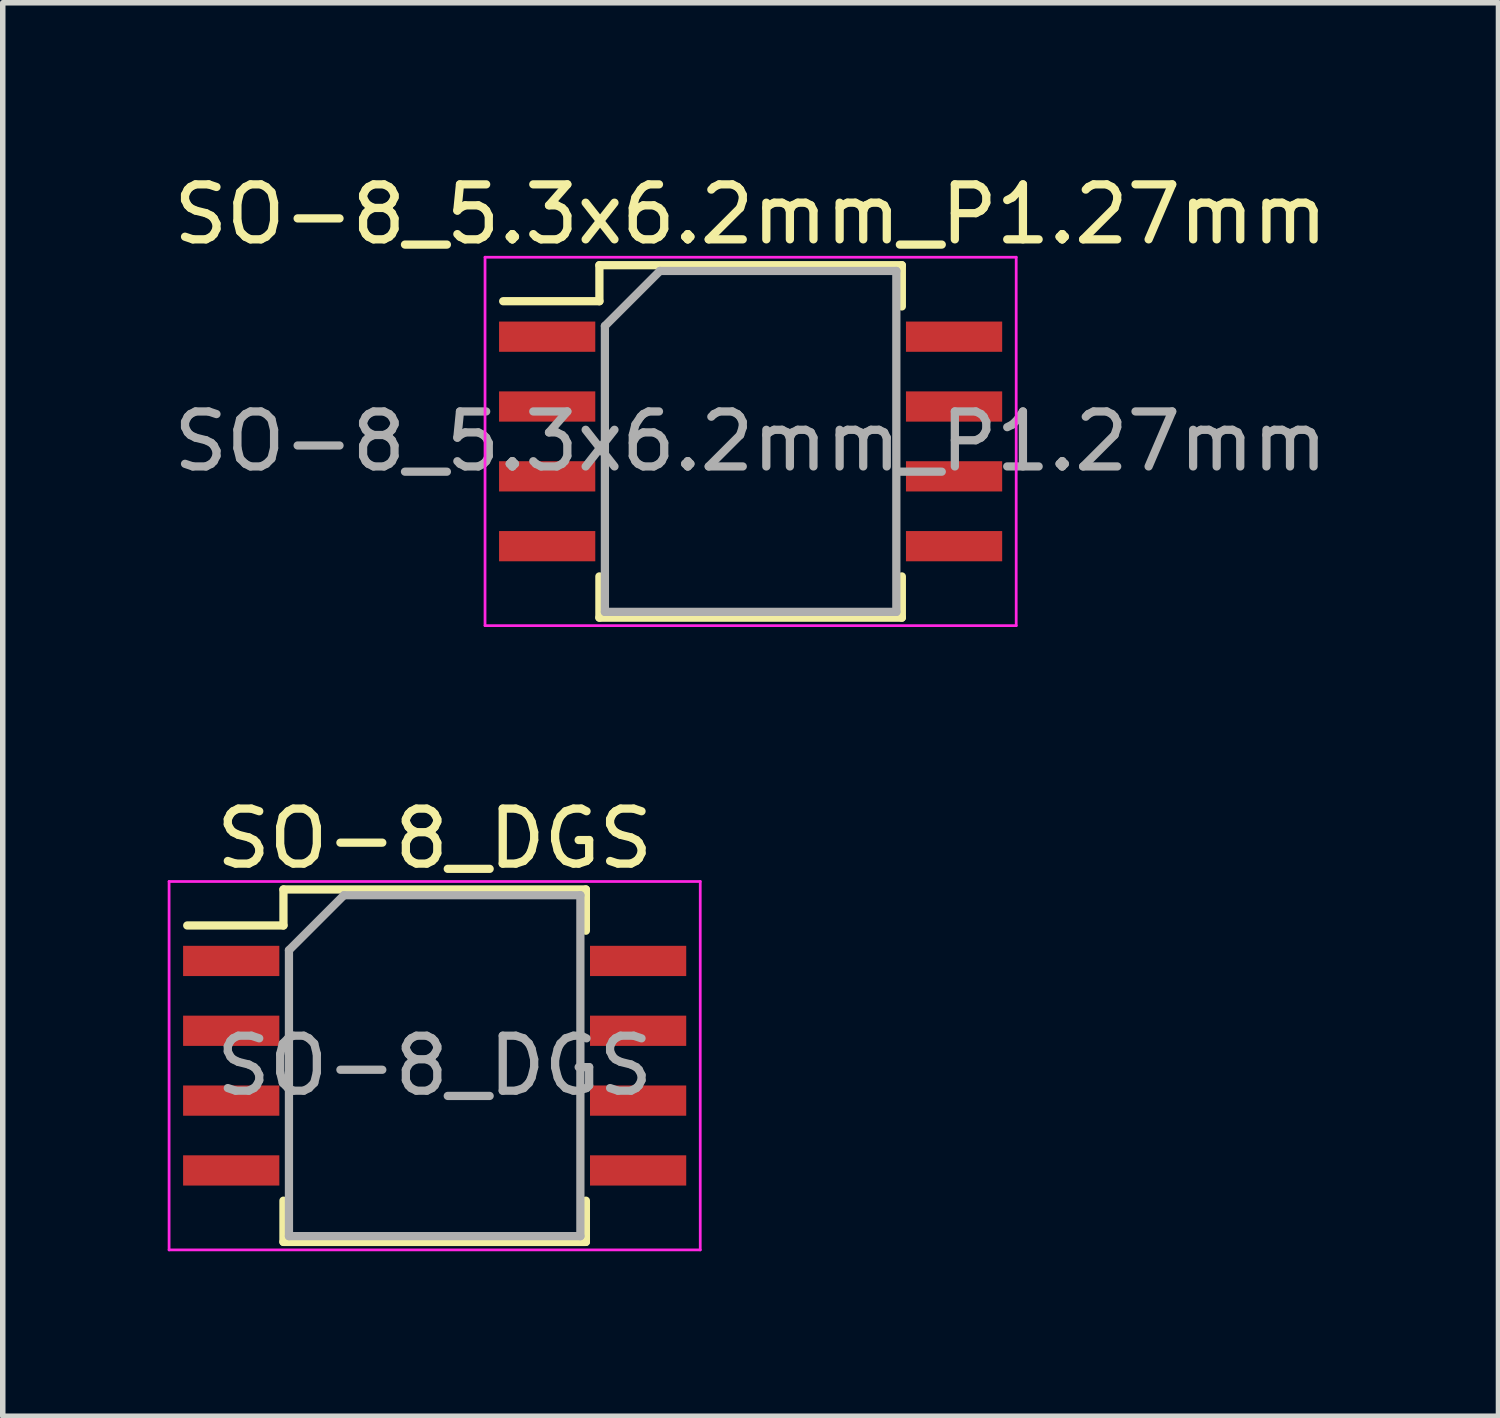
<source format=kicad_pcb>
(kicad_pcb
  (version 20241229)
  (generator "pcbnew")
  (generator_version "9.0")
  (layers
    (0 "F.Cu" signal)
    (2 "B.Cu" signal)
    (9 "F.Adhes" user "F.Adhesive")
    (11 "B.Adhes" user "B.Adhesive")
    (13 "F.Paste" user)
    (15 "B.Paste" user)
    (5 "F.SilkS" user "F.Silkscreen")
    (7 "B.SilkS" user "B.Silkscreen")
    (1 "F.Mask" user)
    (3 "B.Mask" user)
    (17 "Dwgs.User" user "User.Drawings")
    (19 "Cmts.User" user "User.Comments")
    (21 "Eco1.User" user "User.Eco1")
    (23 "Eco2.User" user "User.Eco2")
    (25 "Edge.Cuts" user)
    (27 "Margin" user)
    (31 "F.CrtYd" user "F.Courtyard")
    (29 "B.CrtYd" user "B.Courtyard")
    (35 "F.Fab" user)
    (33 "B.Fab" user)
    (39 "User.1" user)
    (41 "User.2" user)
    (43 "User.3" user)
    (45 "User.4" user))
  (footprint "SO-8_5.3x6.2mm_P1.27mm"
    (layer "F.Cu")
    (at 10.601 4.978)
    (property "Reference" "SO-8_5.3x6.2mm_P1.27mm" (at 0 -4.13 0) (layer "F.SilkS") (effects (font (size 1 1) (thickness 0.15))))
    (attr smd)
    (fp_line (start -2.75 -3.205) (end -2.75 -2.55) (stroke (width 0.15) (type solid)) (layer "F.SilkS"))
    (fp_line (start -2.75 -3.205) (end 2.75 -3.205) (stroke (width 0.15) (type solid)) (layer "F.SilkS"))
    (fp_line (start -2.75 -2.55) (end -4.5 -2.55) (stroke (width 0.15) (type solid)) (layer "F.SilkS"))
    (fp_line (start -2.75 3.205) (end -2.75 2.455) (stroke (width 0.15) (type solid)) (layer "F.SilkS"))
    (fp_line (start -2.75 3.205) (end 2.75 3.205) (stroke (width 0.15) (type solid)) (layer "F.SilkS"))
    (fp_line (start 2.75 -3.205) (end 2.75 -2.455) (stroke (width 0.15) (type solid)) (layer "F.SilkS"))
    (fp_line (start 2.75 3.205) (end 2.75 2.455) (stroke (width 0.15) (type solid)) (layer "F.SilkS"))
    (fp_line (start -4.83 -3.35) (end -4.83 3.35) (stroke (width 0.05) (type solid)) (layer "F.CrtYd"))
    (fp_line (start -4.83 -3.35) (end 4.83 -3.35) (stroke (width 0.05) (type solid)) (layer "F.CrtYd"))
    (fp_line (start -4.83 3.35) (end 4.83 3.35) (stroke (width 0.05) (type solid)) (layer "F.CrtYd"))
    (fp_line (start 4.83 -3.35) (end 4.83 3.35) (stroke (width 0.05) (type solid)) (layer "F.CrtYd"))
    (fp_line (start -2.65 -2.1) (end -1.65 -3.1) (stroke (width 0.15) (type solid)) (layer "F.Fab"))
    (fp_line (start -2.65 3.1) (end -2.65 -2.1) (stroke (width 0.15) (type solid)) (layer "F.Fab"))
    (fp_line (start -1.65 -3.1) (end 2.65 -3.1) (stroke (width 0.15) (type solid)) (layer "F.Fab"))
    (fp_line (start 2.65 -3.1) (end 2.65 3.1) (stroke (width 0.15) (type solid)) (layer "F.Fab"))
    (fp_line (start 2.65 3.1) (end -2.65 3.1) (stroke (width 0.15) (type solid)) (layer "F.Fab"))
    (fp_text user "${REFERENCE}" (at 0 0 0) (layer "F.Fab") (effects (font (size 1 1) (thickness 0.15))))
    (pad "1" smd rect (at -3.7 -1.905) (size 1.75 0.55) (layers "F.Cu" "F.Mask" "F.Paste"))
    (pad "2" smd rect (at -3.7 -0.635) (size 1.75 0.55) (layers "F.Cu" "F.Mask" "F.Paste"))
    (pad "3" smd rect (at -3.7 0.635) (size 1.75 0.55) (layers "F.Cu" "F.Mask" "F.Paste"))
    (pad "4" smd rect (at -3.7 1.905) (size 1.75 0.55) (layers "F.Cu" "F.Mask" "F.Paste"))
    (pad "5" smd rect (at 3.7 1.905) (size 1.75 0.55) (layers "F.Cu" "F.Mask" "F.Paste"))
    (pad "6" smd rect (at 3.7 0.635) (size 1.75 0.55) (layers "F.Cu" "F.Mask" "F.Paste"))
    (pad "7" smd rect (at 3.7 -0.635) (size 1.75 0.55) (layers "F.Cu" "F.Mask" "F.Paste"))
    (pad "8" smd rect (at 3.7 -1.905) (size 1.75 0.55) (layers "F.Cu" "F.Mask" "F.Paste")))
  (footprint "SO-8_DGS"
    (layer "F.Cu")
    (at 4.855 16.331)
    (property "Reference" "SO-8_DGS" (at 0 -4.13 0) (layer "F.SilkS") (effects (font (size 1 1) (thickness 0.15))))
    (attr smd)
    (fp_line (start -2.75 -3.205) (end -2.75 -2.55) (stroke (width 0.15) (type solid)) (layer "F.SilkS"))
    (fp_line (start -2.75 -3.205) (end 2.75 -3.205) (stroke (width 0.15) (type solid)) (layer "F.SilkS"))
    (fp_line (start -2.75 -2.55) (end -4.5 -2.55) (stroke (width 0.15) (type solid)) (layer "F.SilkS"))
    (fp_line (start -2.75 3.205) (end -2.75 2.455) (stroke (width 0.15) (type solid)) (layer "F.SilkS"))
    (fp_line (start -2.75 3.205) (end 2.75 3.205) (stroke (width 0.15) (type solid)) (layer "F.SilkS"))
    (fp_line (start 2.75 -3.205) (end 2.75 -2.455) (stroke (width 0.15) (type solid)) (layer "F.SilkS"))
    (fp_line (start 2.75 3.205) (end 2.75 2.455) (stroke (width 0.15) (type solid)) (layer "F.SilkS"))
    (fp_line (start -4.83 -3.35) (end -4.83 3.35) (stroke (width 0.05) (type solid)) (layer "F.CrtYd"))
    (fp_line (start -4.83 -3.35) (end 4.83 -3.35) (stroke (width 0.05) (type solid)) (layer "F.CrtYd"))
    (fp_line (start -4.83 3.35) (end 4.83 3.35) (stroke (width 0.05) (type solid)) (layer "F.CrtYd"))
    (fp_line (start 4.83 -3.35) (end 4.83 3.35) (stroke (width 0.05) (type solid)) (layer "F.CrtYd"))
    (fp_line (start -2.65 -2.1) (end -1.65 -3.1) (stroke (width 0.15) (type solid)) (layer "F.Fab"))
    (fp_line (start -2.65 3.1) (end -2.65 -2.1) (stroke (width 0.15) (type solid)) (layer "F.Fab"))
    (fp_line (start -1.65 -3.1) (end 2.65 -3.1) (stroke (width 0.15) (type solid)) (layer "F.Fab"))
    (fp_line (start 2.65 -3.1) (end 2.65 3.1) (stroke (width 0.15) (type solid)) (layer "F.Fab"))
    (fp_line (start 2.65 3.1) (end -2.65 3.1) (stroke (width 0.15) (type solid)) (layer "F.Fab"))
    (fp_text user "${REFERENCE}" (at 0 0 0) (layer "F.Fab") (effects (font (size 1 1) (thickness 0.15))))
    (pad "1" smd rect (at 3.7 -1.905) (size 1.75 0.55) (layers "F.Cu" "F.Mask" "F.Paste"))
    (pad "1" smd rect (at 3.7 -0.635) (size 1.75 0.55) (layers "F.Cu" "F.Mask" "F.Paste"))
    (pad "1" smd rect (at 3.7 0.635) (size 1.75 0.55) (layers "F.Cu" "F.Mask" "F.Paste"))
    (pad "1" smd rect (at 3.7 1.905) (size 1.75 0.55) (layers "F.Cu" "F.Mask" "F.Paste"))
    (pad "2" smd rect (at -3.7 1.905) (size 1.75 0.55) (layers "F.Cu" "F.Mask" "F.Paste"))
    (pad "3" smd rect (at -3.7 -1.905) (size 1.75 0.55) (layers "F.Cu" "F.Mask" "F.Paste"))
    (pad "3" smd rect (at -3.7 -0.635) (size 1.75 0.55) (layers "F.Cu" "F.Mask" "F.Paste"))
    (pad "3" smd rect (at -3.7 0.635) (size 1.75 0.55) (layers "F.Cu" "F.Mask" "F.Paste")))
  (gr_rect
    (start -3 -3)
    (end 24.202 22.706)
    (stroke (width 0.1) (type default))
    (fill no)
    (layer "Edge.Cuts")))
</source>
